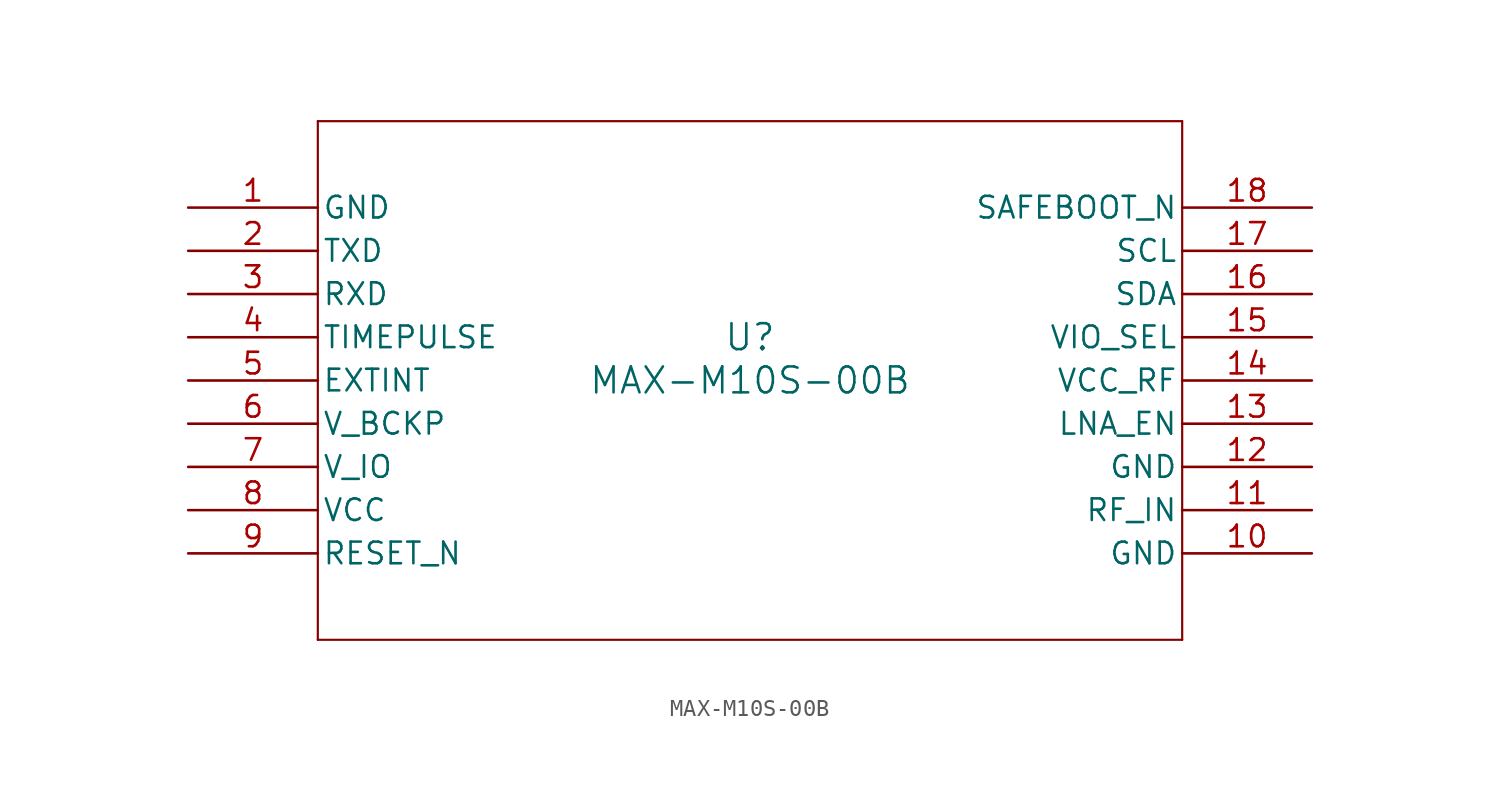
<source format=kicad_sym>
(kicad_symbol_lib
  (version 20220914)
  (generator kicad_symbol_editor)
  (symbol "MAX-M10S-00B"
    (pin_names
      (offset 0.254))
    (property "Reference" "U"
      (at 33.02 -7.62 0)
      (effects (font (size 1.524 1.524))))
    (property "Value" "MAX-M10S-00B"
      (at 33.02 -10.16 0)
      (effects (font (size 1.524 1.524))))
    (symbol "MAX-M10S-00B_0_1"
      (polyline (pts (xy 7.62 -25.4) (xy 58.42 -25.4)) (stroke (width 0.127) (type default)) (fill (type none)))
      (polyline (pts (xy 7.62 5.08) (xy 7.62 -25.4)) (stroke (width 0.127) (type default)) (fill (type none)))
      (polyline (pts (xy 58.42 -25.4) (xy 58.42 5.08)) (stroke (width 0.127) (type default)) (fill (type none)))
      (polyline (pts (xy 58.42 5.08) (xy 7.62 5.08)) (stroke (width 0.127) (type default)) (fill (type none)))
      (pin power_out line (at 0 0 0) (length 7.62) (name "GND" (effects (font (size 1.27 1.27)))) (number "1" (effects (font (size 1.27 1.27)))))
      (pin power_out line (at 66.04 -20.32 180) (length 7.62) (name "GND" (effects (font (size 1.27 1.27)))) (number "10" (effects (font (size 1.27 1.27)))))
      (pin input line (at 66.04 -17.78 180) (length 7.62) (name "RF_IN" (effects (font (size 1.27 1.27)))) (number "11" (effects (font (size 1.27 1.27)))))
      (pin power_out line (at 66.04 -15.24 180) (length 7.62) (name "GND" (effects (font (size 1.27 1.27)))) (number "12" (effects (font (size 1.27 1.27)))))
      (pin output line (at 66.04 -12.7 180) (length 7.62) (name "LNA_EN" (effects (font (size 1.27 1.27)))) (number "13" (effects (font (size 1.27 1.27)))))
      (pin output line (at 66.04 -10.16 180) (length 7.62) (name "VCC_RF" (effects (font (size 1.27 1.27)))) (number "14" (effects (font (size 1.27 1.27)))))
      (pin input line (at 66.04 -7.62 180) (length 7.62) (name "VIO_SEL" (effects (font (size 1.27 1.27)))) (number "15" (effects (font (size 1.27 1.27)))))
      (pin bidirectional line (at 66.04 -5.08 180) (length 7.62) (name "SDA" (effects (font (size 1.27 1.27)))) (number "16" (effects (font (size 1.27 1.27)))))
      (pin input line (at 66.04 -2.54 180) (length 7.62) (name "SCL" (effects (font (size 1.27 1.27)))) (number "17" (effects (font (size 1.27 1.27)))))
      (pin input line (at 66.04 0 180) (length 7.62) (name "SAFEBOOT_N" (effects (font (size 1.27 1.27)))) (number "18" (effects (font (size 1.27 1.27)))))
      (pin output line (at 0 -2.54 0) (length 7.62) (name "TXD" (effects (font (size 1.27 1.27)))) (number "2" (effects (font (size 1.27 1.27)))))
      (pin input line (at 0 -5.08 0) (length 7.62) (name "RXD" (effects (font (size 1.27 1.27)))) (number "3" (effects (font (size 1.27 1.27)))))
      (pin output line (at 0 -7.62 0) (length 7.62) (name "TIMEPULSE" (effects (font (size 1.27 1.27)))) (number "4" (effects (font (size 1.27 1.27)))))
      (pin input line (at 0 -10.16 0) (length 7.62) (name "EXTINT" (effects (font (size 1.27 1.27)))) (number "5" (effects (font (size 1.27 1.27)))))
      (pin power_in line (at 0 -12.7 0) (length 7.62) (name "V_BCKP" (effects (font (size 1.27 1.27)))) (number "6" (effects (font (size 1.27 1.27)))))
      (pin power_in line (at 0 -15.24 0) (length 7.62) (name "V_IO" (effects (font (size 1.27 1.27)))) (number "7" (effects (font (size 1.27 1.27)))))
      (pin power_in line (at 0 -17.78 0) (length 7.62) (name "VCC" (effects (font (size 1.27 1.27)))) (number "8" (effects (font (size 1.27 1.27)))))
      (pin input line (at 0 -20.32 0) (length 7.62) (name "RESET_N" (effects (font (size 1.27 1.27)))) (number "9" (effects (font (size 1.27 1.27))))))))
</source>
